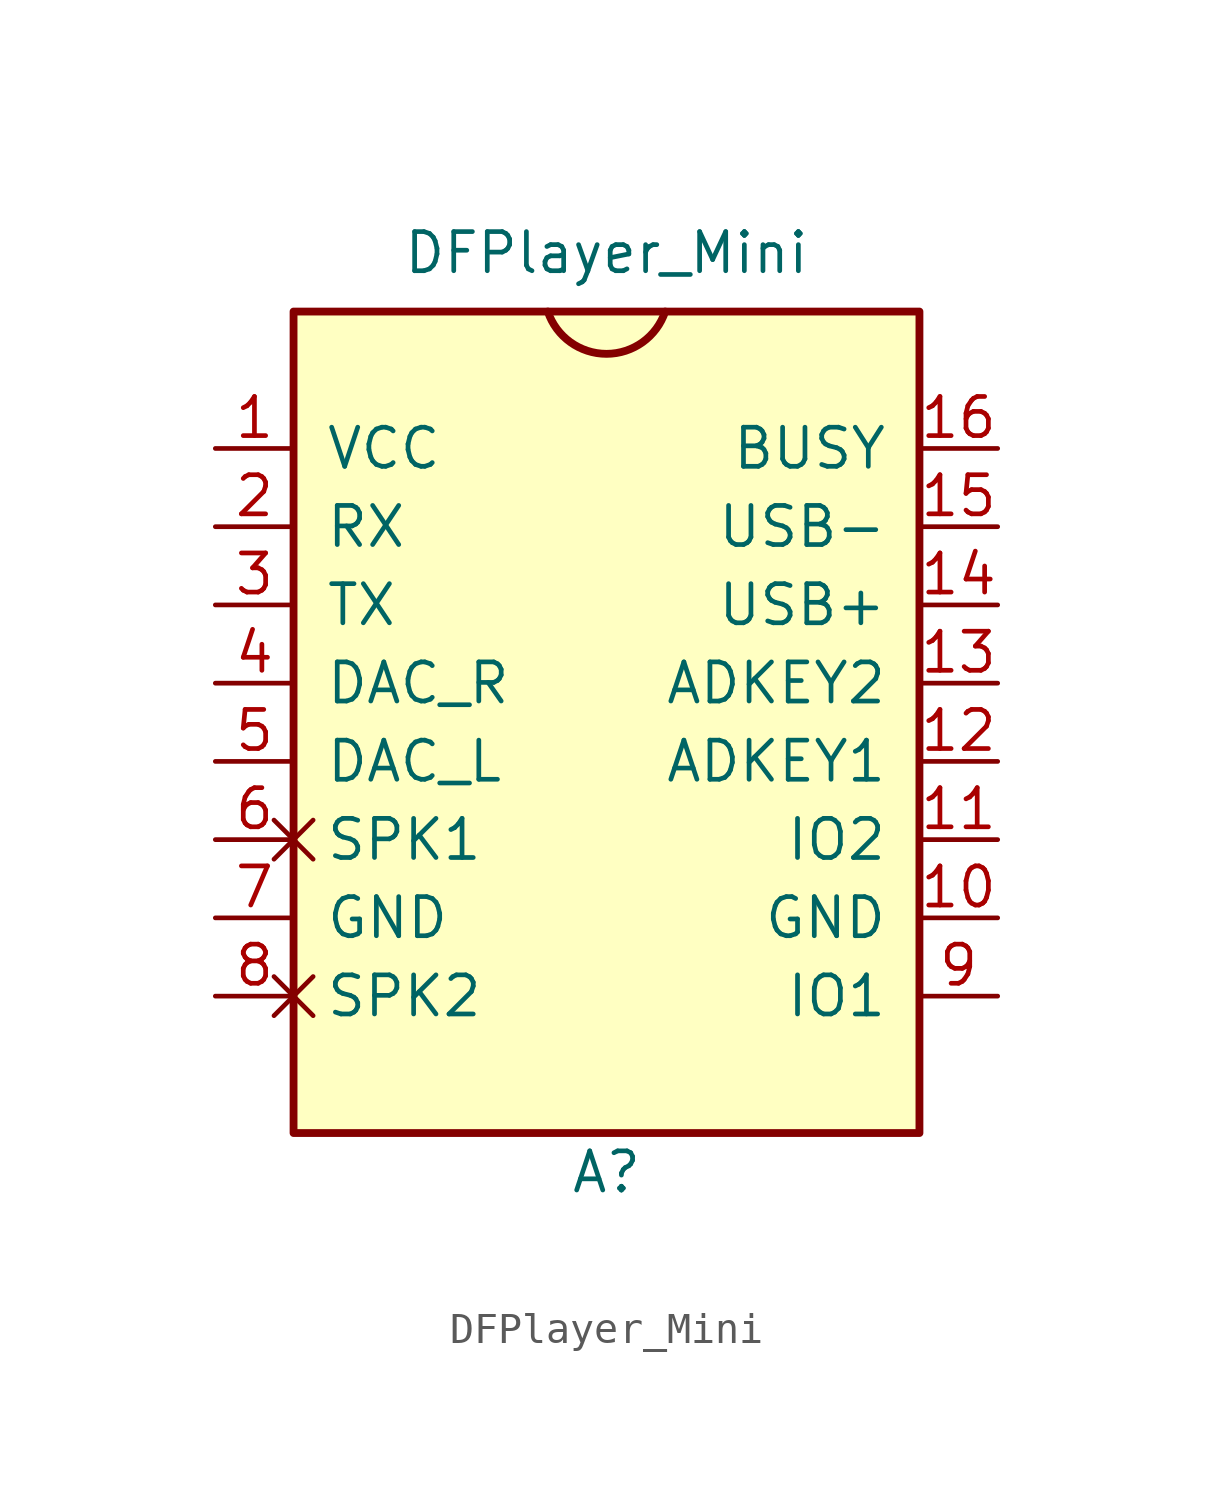
<source format=kicad_sym>
(kicad_symbol_lib
  (version 20231120)
  (generator "kicad_symbol_editor")
  (generator_version "8.0")
  (symbol "DFPlayer_Mini"
    (pin_names
      (offset 1.016))
    (property "Reference" "A"
      (at 0 -20.32 0)
      (effects (font (size 1.27 1.27))))
    (property "Value" "DFPlayer_Mini"
      (at 0 9.525 0)
      (effects (font (size 1.27 1.27))))
    (symbol "DFPlayer_Mini_0_1"
      (rectangle (start -10.16 7.62) (end 10.16 -19.05) (stroke (width 0.254) (type solid)) (fill (type background)))
      (arc (start -1.905 7.62) (mid 0 6.247) (end 1.905 7.62) (stroke (width 0.254) (type solid)) (fill (type none))))
    (symbol "DFPlayer_Mini_1_1"
      (pin power_in line (at -12.7 3.175 0) (length 2.54) (name "VCC" (effects (font (size 1.27 1.27)))) (number "1" (effects (font (size 1.27 1.27)))))
      (pin power_in line (at 12.7 -12.065 180) (length 2.54) (name "GND" (effects (font (size 1.27 1.27)))) (number "10" (effects (font (size 1.27 1.27)))))
      (pin input line (at 12.7 -9.525 180) (length 2.54) (name "IO2" (effects (font (size 1.27 1.27)))) (number "11" (effects (font (size 1.27 1.27)))))
      (pin input line (at 12.7 -6.985 180) (length 2.54) (name "ADKEY1" (effects (font (size 1.27 1.27)))) (number "12" (effects (font (size 1.27 1.27)))))
      (pin input line (at 12.7 -4.445 180) (length 2.54) (name "ADKEY2" (effects (font (size 1.27 1.27)))) (number "13" (effects (font (size 1.27 1.27)))))
      (pin power_in line (at 12.7 -1.905 180) (length 2.54) (name "USB+" (effects (font (size 1.27 1.27)))) (number "14" (effects (font (size 1.27 1.27)))))
      (pin power_in line (at 12.7 0.635 180) (length 2.54) (name "USB-" (effects (font (size 1.27 1.27)))) (number "15" (effects (font (size 1.27 1.27)))))
      (pin output line (at 12.7 3.175 180) (length 2.54) (name "BUSY" (effects (font (size 1.27 1.27)))) (number "16" (effects (font (size 1.27 1.27)))))
      (pin input line (at -12.7 0.635 0) (length 2.54) (name "RX" (effects (font (size 1.27 1.27)))) (number "2" (effects (font (size 1.27 1.27)))))
      (pin output line (at -12.7 -1.905 0) (length 2.54) (name "TX" (effects (font (size 1.27 1.27)))) (number "3" (effects (font (size 1.27 1.27)))))
      (pin output line (at -12.7 -4.445 0) (length 2.54) (name "DAC_R" (effects (font (size 1.27 1.27)))) (number "4" (effects (font (size 1.27 1.27)))))
      (pin output line (at -12.7 -6.985 0) (length 2.54) (name "DAC_L" (effects (font (size 1.27 1.27)))) (number "5" (effects (font (size 1.27 1.27)))))
      (pin output non_logic (at -12.7 -9.525 0) (length 2.54) (name "SPK1" (effects (font (size 1.27 1.27)))) (number "6" (effects (font (size 1.27 1.27)))))
      (pin power_in line (at -12.7 -12.065 0) (length 2.54) (name "GND" (effects (font (size 1.27 1.27)))) (number "7" (effects (font (size 1.27 1.27)))))
      (pin output non_logic (at -12.7 -14.605 0) (length 2.54) (name "SPK2" (effects (font (size 1.27 1.27)))) (number "8" (effects (font (size 1.27 1.27)))))
      (pin input line (at 12.7 -14.605 180) (length 2.54) (name "IO1" (effects (font (size 1.27 1.27)))) (number "9" (effects (font (size 1.27 1.27))))))))
</source>
